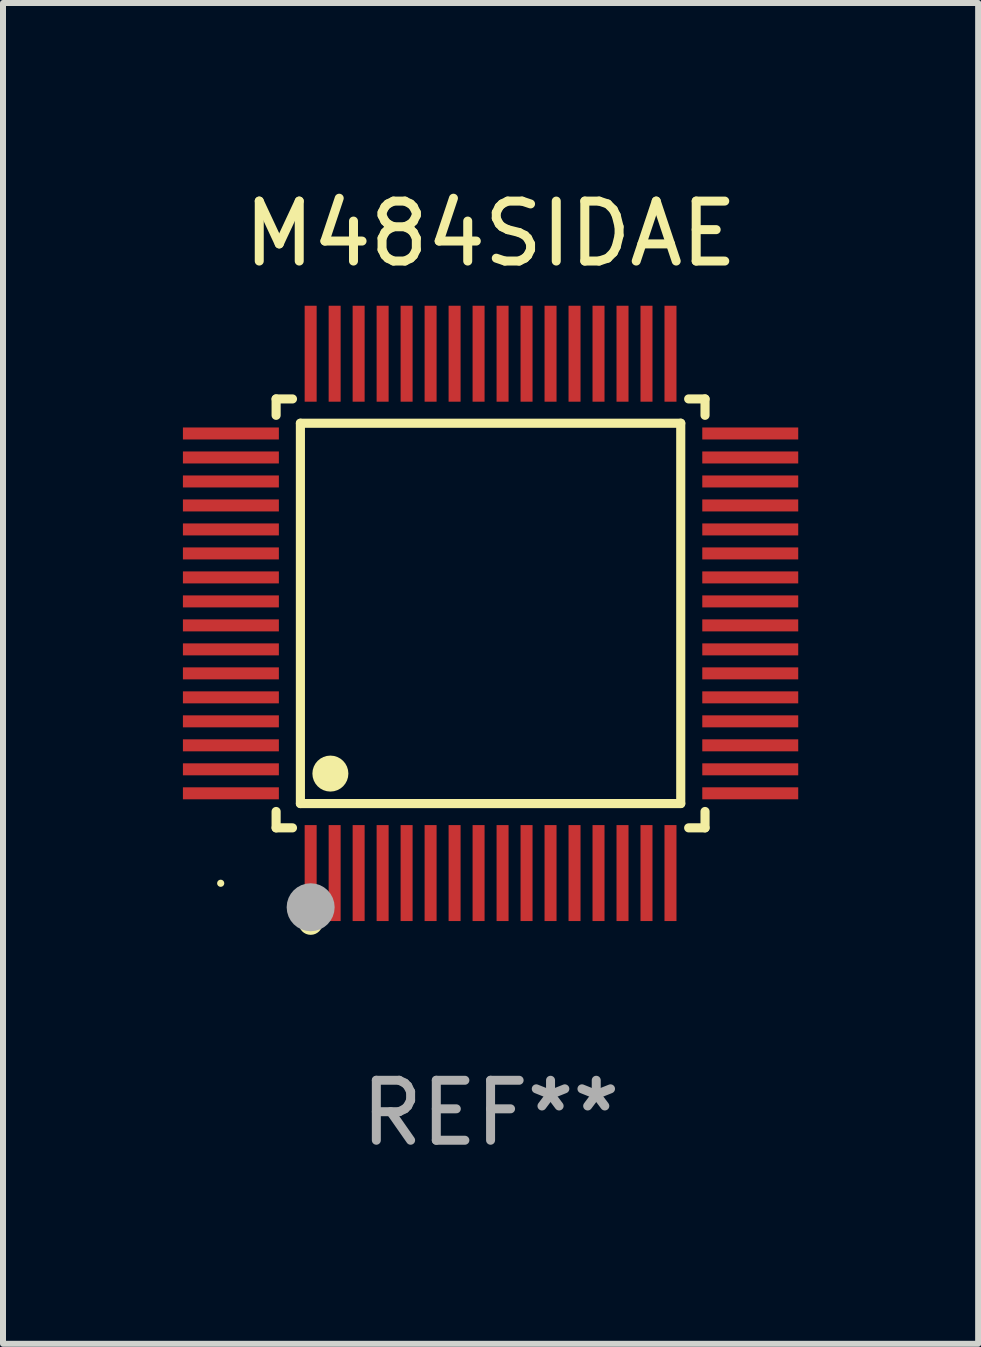
<source format=kicad_pcb>
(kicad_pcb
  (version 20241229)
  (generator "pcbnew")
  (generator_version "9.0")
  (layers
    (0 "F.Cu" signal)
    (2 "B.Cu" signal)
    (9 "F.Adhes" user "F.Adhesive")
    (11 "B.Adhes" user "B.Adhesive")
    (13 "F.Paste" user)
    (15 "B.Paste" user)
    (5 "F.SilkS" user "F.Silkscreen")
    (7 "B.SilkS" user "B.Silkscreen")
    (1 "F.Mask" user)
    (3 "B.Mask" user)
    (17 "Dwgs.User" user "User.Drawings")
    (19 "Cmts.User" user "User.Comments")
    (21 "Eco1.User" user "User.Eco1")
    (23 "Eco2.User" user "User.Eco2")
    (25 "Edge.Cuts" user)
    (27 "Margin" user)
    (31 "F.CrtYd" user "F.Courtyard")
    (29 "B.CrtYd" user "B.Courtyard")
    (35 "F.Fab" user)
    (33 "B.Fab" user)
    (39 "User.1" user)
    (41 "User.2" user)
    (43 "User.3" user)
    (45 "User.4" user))
  (footprint "M484SIDAE"
    (layer "F.Cu")
    (at 5.13 7.178)
    (property "Reference" "M484SIDAE" (at 0 -6.33 0) (layer "F.SilkS") (effects (font (size 1 1) (thickness 0.15))))
    (attr through_hole)
    (fp_line (start -3.576 -3.576) (end -3.303 -3.576) (stroke (width 0.152) (type solid)) (layer "F.SilkS"))
    (fp_line (start -3.576 -3.303) (end -3.576 -3.576) (stroke (width 0.152) (type solid)) (layer "F.SilkS"))
    (fp_line (start -3.576 3.303) (end -3.576 3.576) (stroke (width 0.152) (type solid)) (layer "F.SilkS"))
    (fp_line (start -3.576 3.576) (end -3.303 3.576) (stroke (width 0.152) (type solid)) (layer "F.SilkS"))
    (fp_line (start -3.171 -3.171) (end 3.171 -3.171) (stroke (width 0.152) (type solid)) (layer "F.SilkS"))
    (fp_line (start -3.171 3.171) (end -3.171 -3.171) (stroke (width 0.152) (type solid)) (layer "F.SilkS"))
    (fp_line (start 3.171 -3.171) (end 3.171 3.171) (stroke (width 0.152) (type solid)) (layer "F.SilkS"))
    (fp_line (start 3.171 3.171) (end -3.171 3.171) (stroke (width 0.152) (type solid)) (layer "F.SilkS"))
    (fp_line (start 3.576 -3.576) (end 3.303 -3.576) (stroke (width 0.152) (type solid)) (layer "F.SilkS"))
    (fp_line (start 3.576 -3.303) (end 3.576 -3.576) (stroke (width 0.152) (type solid)) (layer "F.SilkS"))
    (fp_line (start 3.576 3.303) (end 3.576 3.576) (stroke (width 0.152) (type solid)) (layer "F.SilkS"))
    (fp_line (start 3.576 3.576) (end 3.303 3.576) (stroke (width 0.152) (type solid)) (layer "F.SilkS"))
    (fp_circle (center -4.5 4.5) (end -4.47 4.5) (stroke (width 0.06) (type solid)) (fill no) (layer "F.SilkS"))
    (fp_circle (center -3 5.16) (end -2.9 5.16) (stroke (width 0.2) (type solid)) (fill no) (layer "F.SilkS"))
    (fp_circle (center -2.671 2.671) (end -2.521 2.671) (stroke (width 0.3) (type solid)) (fill no) (layer "F.SilkS"))
    (fp_circle (center -3 4.9) (end -2.8 4.9) (stroke (width 0.4) (type solid)) (fill no) (layer "F.Fab"))
    (fp_text user "REF**" (at 0 8.33 0) (layer "F.Fab") (effects (font (size 1 1) (thickness 0.15))))
    (pad "1" smd rect (at -3 4.33) (size 0.2 1.6) (layers "F.Cu" "F.Mask" "F.Paste"))
    (pad "2" smd rect (at -2.6 4.33) (size 0.2 1.6) (layers "F.Cu" "F.Mask" "F.Paste"))
    (pad "3" smd rect (at -2.2 4.33) (size 0.2 1.6) (layers "F.Cu" "F.Mask" "F.Paste"))
    (pad "4" smd rect (at -1.8 4.33) (size 0.2 1.6) (layers "F.Cu" "F.Mask" "F.Paste"))
    (pad "5" smd rect (at -1.4 4.33) (size 0.2 1.6) (layers "F.Cu" "F.Mask" "F.Paste"))
    (pad "6" smd rect (at -1 4.33) (size 0.2 1.6) (layers "F.Cu" "F.Mask" "F.Paste"))
    (pad "7" smd rect (at -0.6 4.33) (size 0.2 1.6) (layers "F.Cu" "F.Mask" "F.Paste"))
    (pad "8" smd rect (at -0.2 4.33) (size 0.2 1.6) (layers "F.Cu" "F.Mask" "F.Paste"))
    (pad "9" smd rect (at 0.2 4.33) (size 0.2 1.6) (layers "F.Cu" "F.Mask" "F.Paste"))
    (pad "10" smd rect (at 0.6 4.33) (size 0.2 1.6) (layers "F.Cu" "F.Mask" "F.Paste"))
    (pad "11" smd rect (at 1 4.33) (size 0.2 1.6) (layers "F.Cu" "F.Mask" "F.Paste"))
    (pad "12" smd rect (at 1.4 4.33) (size 0.2 1.6) (layers "F.Cu" "F.Mask" "F.Paste"))
    (pad "13" smd rect (at 1.8 4.33) (size 0.2 1.6) (layers "F.Cu" "F.Mask" "F.Paste"))
    (pad "14" smd rect (at 2.2 4.33) (size 0.2 1.6) (layers "F.Cu" "F.Mask" "F.Paste"))
    (pad "15" smd rect (at 2.6 4.33) (size 0.2 1.6) (layers "F.Cu" "F.Mask" "F.Paste"))
    (pad "16" smd rect (at 3 4.33) (size 0.2 1.6) (layers "F.Cu" "F.Mask" "F.Paste"))
    (pad "17" smd rect (at 4.33 3) (size 1.6 0.2) (layers "F.Cu" "F.Mask" "F.Paste"))
    (pad "18" smd rect (at 4.33 2.6) (size 1.6 0.2) (layers "F.Cu" "F.Mask" "F.Paste"))
    (pad "19" smd rect (at 4.33 2.2) (size 1.6 0.2) (layers "F.Cu" "F.Mask" "F.Paste"))
    (pad "20" smd rect (at 4.33 1.8) (size 1.6 0.2) (layers "F.Cu" "F.Mask" "F.Paste"))
    (pad "21" smd rect (at 4.33 1.4) (size 1.6 0.2) (layers "F.Cu" "F.Mask" "F.Paste"))
    (pad "22" smd rect (at 4.33 1) (size 1.6 0.2) (layers "F.Cu" "F.Mask" "F.Paste"))
    (pad "23" smd rect (at 4.33 0.6) (size 1.6 0.2) (layers "F.Cu" "F.Mask" "F.Paste"))
    (pad "24" smd rect (at 4.33 0.2) (size 1.6 0.2) (layers "F.Cu" "F.Mask" "F.Paste"))
    (pad "25" smd rect (at 4.33 -0.2) (size 1.6 0.2) (layers "F.Cu" "F.Mask" "F.Paste"))
    (pad "26" smd rect (at 4.33 -0.6) (size 1.6 0.2) (layers "F.Cu" "F.Mask" "F.Paste"))
    (pad "27" smd rect (at 4.33 -1) (size 1.6 0.2) (layers "F.Cu" "F.Mask" "F.Paste"))
    (pad "28" smd rect (at 4.33 -1.4) (size 1.6 0.2) (layers "F.Cu" "F.Mask" "F.Paste"))
    (pad "29" smd rect (at 4.33 -1.8) (size 1.6 0.2) (layers "F.Cu" "F.Mask" "F.Paste"))
    (pad "30" smd rect (at 4.33 -2.2) (size 1.6 0.2) (layers "F.Cu" "F.Mask" "F.Paste"))
    (pad "31" smd rect (at 4.33 -2.6) (size 1.6 0.2) (layers "F.Cu" "F.Mask" "F.Paste"))
    (pad "32" smd rect (at 4.33 -3) (size 1.6 0.2) (layers "F.Cu" "F.Mask" "F.Paste"))
    (pad "33" smd rect (at 3 -4.33) (size 0.2 1.6) (layers "F.Cu" "F.Mask" "F.Paste"))
    (pad "34" smd rect (at 2.6 -4.33) (size 0.2 1.6) (layers "F.Cu" "F.Mask" "F.Paste"))
    (pad "35" smd rect (at 2.2 -4.33) (size 0.2 1.6) (layers "F.Cu" "F.Mask" "F.Paste"))
    (pad "36" smd rect (at 1.8 -4.33) (size 0.2 1.6) (layers "F.Cu" "F.Mask" "F.Paste"))
    (pad "37" smd rect (at 1.4 -4.33) (size 0.2 1.6) (layers "F.Cu" "F.Mask" "F.Paste"))
    (pad "38" smd rect (at 1 -4.33) (size 0.2 1.6) (layers "F.Cu" "F.Mask" "F.Paste"))
    (pad "39" smd rect (at 0.6 -4.33) (size 0.2 1.6) (layers "F.Cu" "F.Mask" "F.Paste"))
    (pad "40" smd rect (at 0.2 -4.33) (size 0.2 1.6) (layers "F.Cu" "F.Mask" "F.Paste"))
    (pad "41" smd rect (at -0.2 -4.33) (size 0.2 1.6) (layers "F.Cu" "F.Mask" "F.Paste"))
    (pad "42" smd rect (at -0.6 -4.33) (size 0.2 1.6) (layers "F.Cu" "F.Mask" "F.Paste"))
    (pad "43" smd rect (at -1 -4.33) (size 0.2 1.6) (layers "F.Cu" "F.Mask" "F.Paste"))
    (pad "44" smd rect (at -1.4 -4.33) (size 0.2 1.6) (layers "F.Cu" "F.Mask" "F.Paste"))
    (pad "45" smd rect (at -1.8 -4.33) (size 0.2 1.6) (layers "F.Cu" "F.Mask" "F.Paste"))
    (pad "46" smd rect (at -2.2 -4.33) (size 0.2 1.6) (layers "F.Cu" "F.Mask" "F.Paste"))
    (pad "47" smd rect (at -2.6 -4.33) (size 0.2 1.6) (layers "F.Cu" "F.Mask" "F.Paste"))
    (pad "48" smd rect (at -3 -4.33) (size 0.2 1.6) (layers "F.Cu" "F.Mask" "F.Paste"))
    (pad "49" smd rect (at -4.33 -3) (size 1.6 0.2) (layers "F.Cu" "F.Mask" "F.Paste"))
    (pad "50" smd rect (at -4.33 -2.6) (size 1.6 0.2) (layers "F.Cu" "F.Mask" "F.Paste"))
    (pad "51" smd rect (at -4.33 -2.2) (size 1.6 0.2) (layers "F.Cu" "F.Mask" "F.Paste"))
    (pad "52" smd rect (at -4.33 -1.8) (size 1.6 0.2) (layers "F.Cu" "F.Mask" "F.Paste"))
    (pad "53" smd rect (at -4.33 -1.4) (size 1.6 0.2) (layers "F.Cu" "F.Mask" "F.Paste"))
    (pad "54" smd rect (at -4.33 -1) (size 1.6 0.2) (layers "F.Cu" "F.Mask" "F.Paste"))
    (pad "55" smd rect (at -4.33 -0.6) (size 1.6 0.2) (layers "F.Cu" "F.Mask" "F.Paste"))
    (pad "56" smd rect (at -4.33 -0.2) (size 1.6 0.2) (layers "F.Cu" "F.Mask" "F.Paste"))
    (pad "57" smd rect (at -4.33 0.2) (size 1.6 0.2) (layers "F.Cu" "F.Mask" "F.Paste"))
    (pad "58" smd rect (at -4.33 0.6) (size 1.6 0.2) (layers "F.Cu" "F.Mask" "F.Paste"))
    (pad "59" smd rect (at -4.33 1) (size 1.6 0.2) (layers "F.Cu" "F.Mask" "F.Paste"))
    (pad "60" smd rect (at -4.33 1.4) (size 1.6 0.2) (layers "F.Cu" "F.Mask" "F.Paste"))
    (pad "61" smd rect (at -4.33 1.8) (size 1.6 0.2) (layers "F.Cu" "F.Mask" "F.Paste"))
    (pad "62" smd rect (at -4.33 2.2) (size 1.6 0.2) (layers "F.Cu" "F.Mask" "F.Paste"))
    (pad "63" smd rect (at -4.33 2.6) (size 1.6 0.2) (layers "F.Cu" "F.Mask" "F.Paste"))
    (pad "64" smd rect (at -4.33 3) (size 1.6 0.2) (layers "F.Cu" "F.Mask" "F.Paste")))
  (gr_rect
    (start -3 -3)
    (end 13.26 19.357)
    (stroke (width 0.1) (type default))
    (fill no)
    (layer "Edge.Cuts")))
</source>
